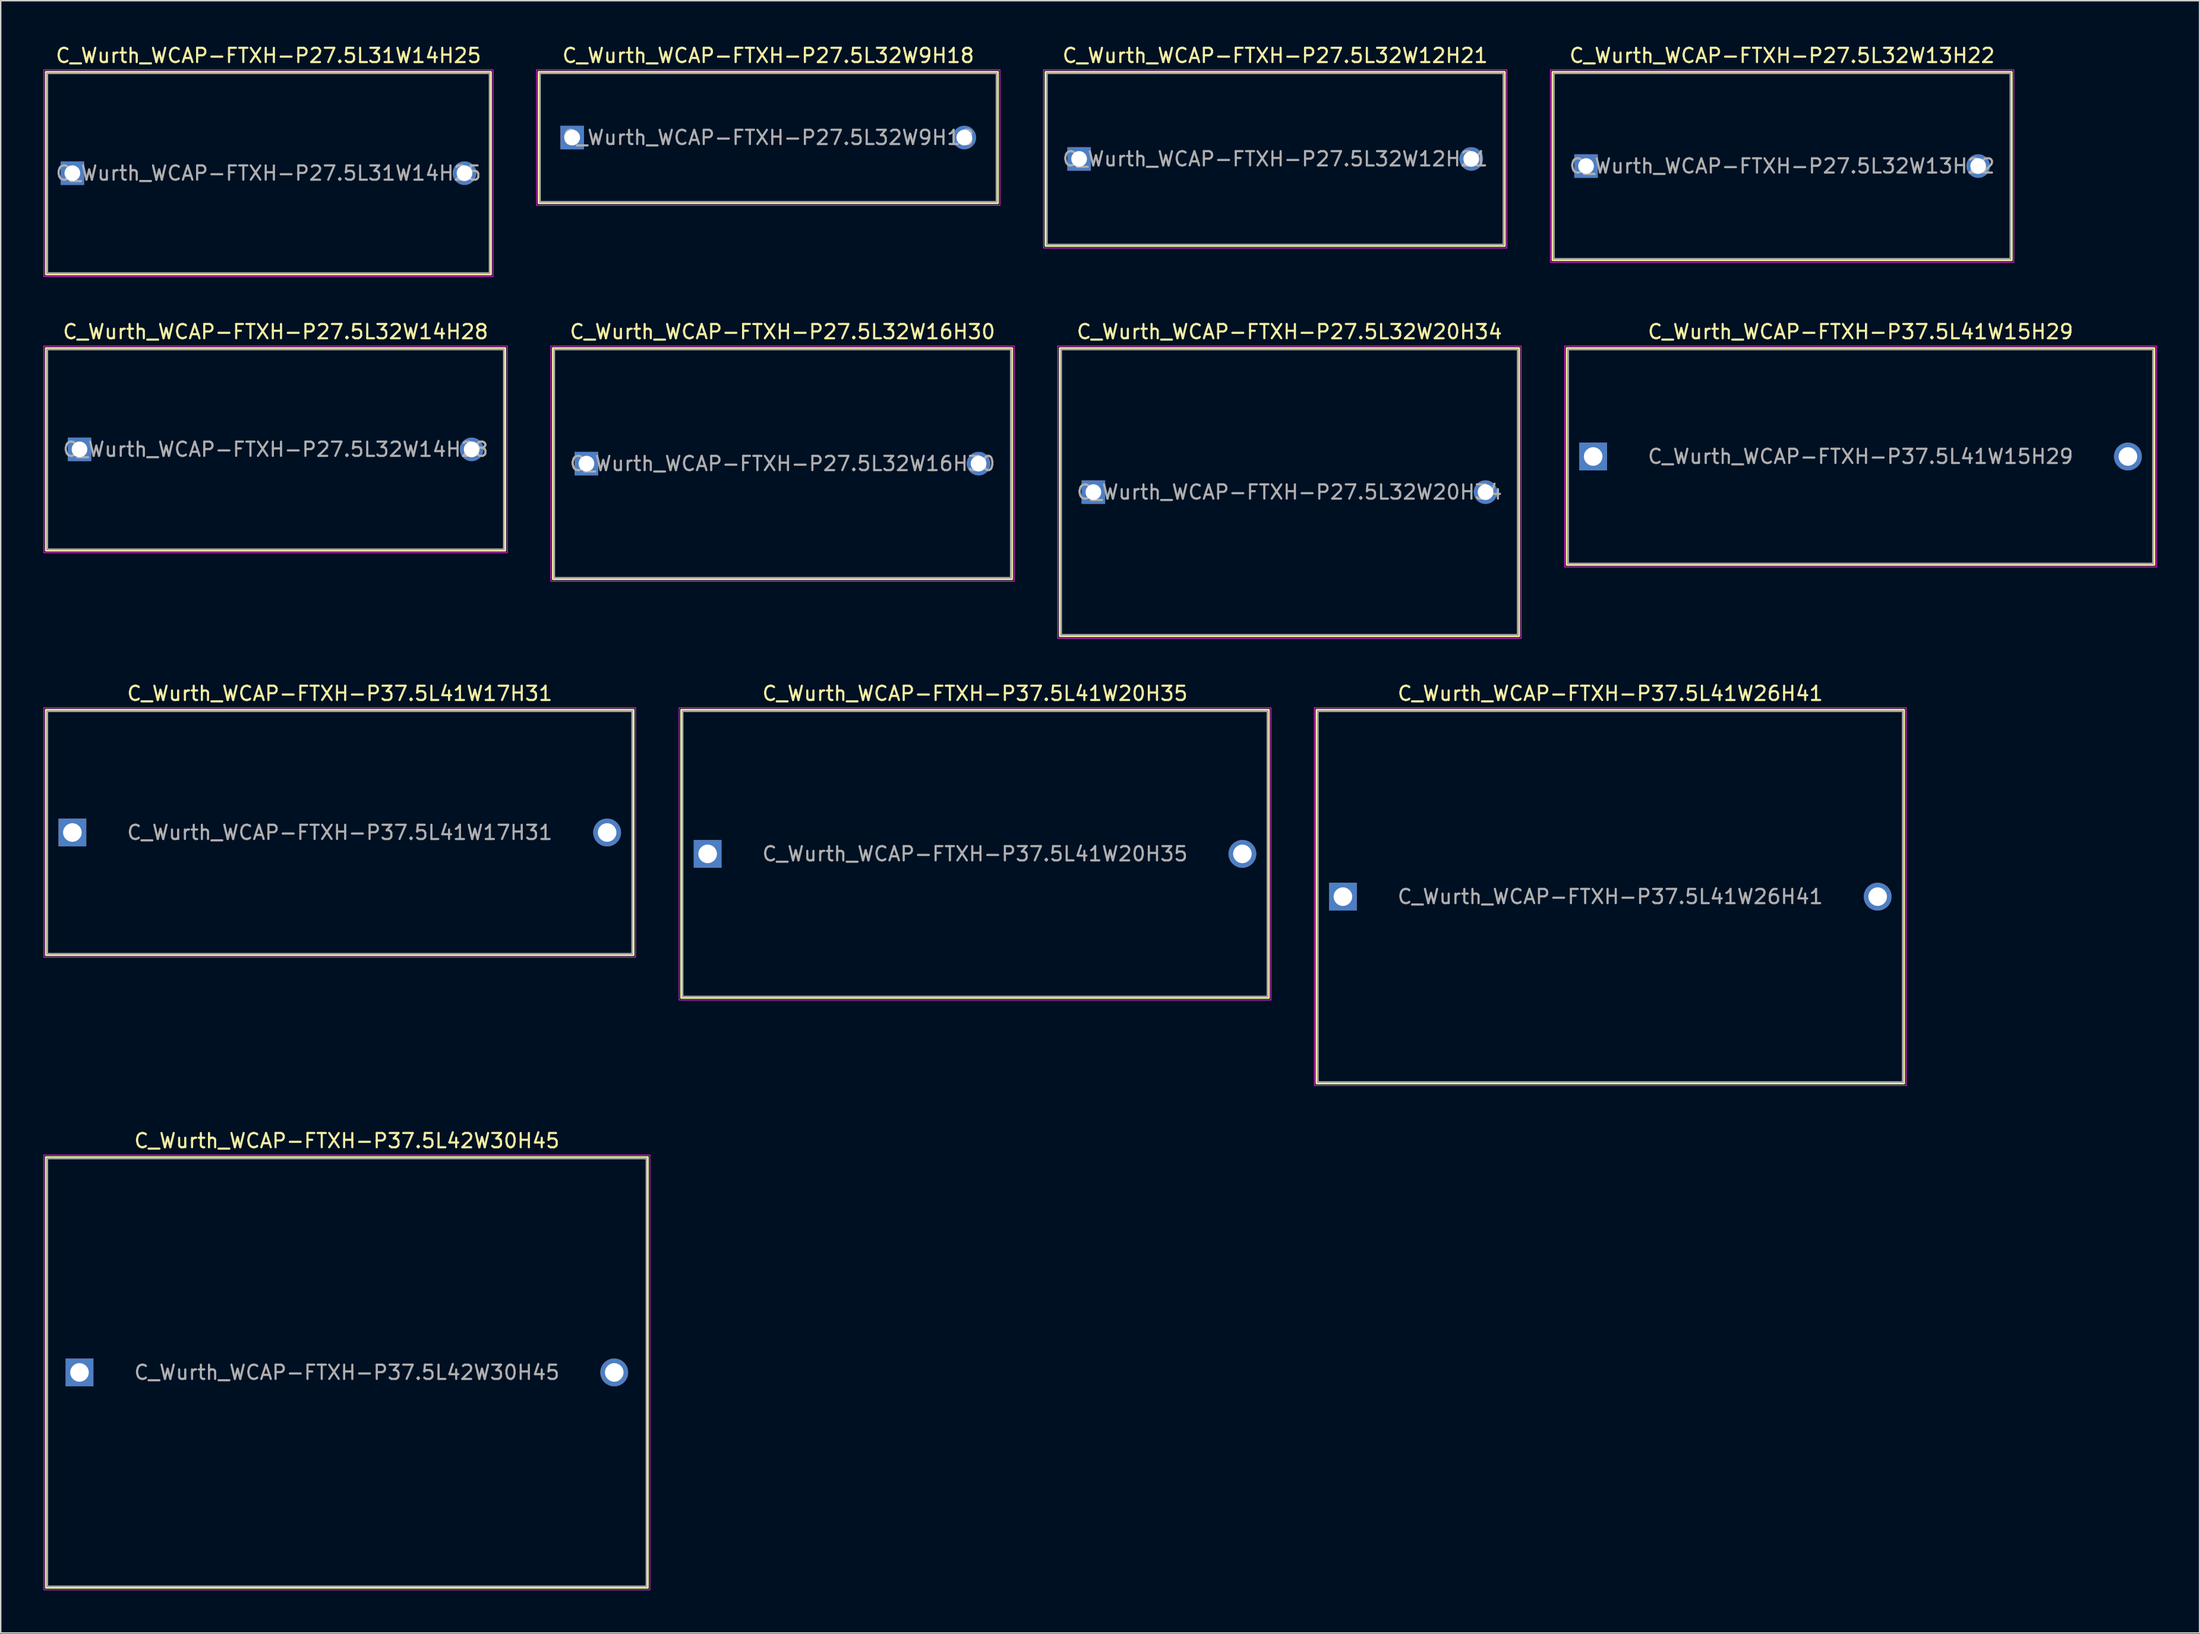
<source format=kicad_pcb>
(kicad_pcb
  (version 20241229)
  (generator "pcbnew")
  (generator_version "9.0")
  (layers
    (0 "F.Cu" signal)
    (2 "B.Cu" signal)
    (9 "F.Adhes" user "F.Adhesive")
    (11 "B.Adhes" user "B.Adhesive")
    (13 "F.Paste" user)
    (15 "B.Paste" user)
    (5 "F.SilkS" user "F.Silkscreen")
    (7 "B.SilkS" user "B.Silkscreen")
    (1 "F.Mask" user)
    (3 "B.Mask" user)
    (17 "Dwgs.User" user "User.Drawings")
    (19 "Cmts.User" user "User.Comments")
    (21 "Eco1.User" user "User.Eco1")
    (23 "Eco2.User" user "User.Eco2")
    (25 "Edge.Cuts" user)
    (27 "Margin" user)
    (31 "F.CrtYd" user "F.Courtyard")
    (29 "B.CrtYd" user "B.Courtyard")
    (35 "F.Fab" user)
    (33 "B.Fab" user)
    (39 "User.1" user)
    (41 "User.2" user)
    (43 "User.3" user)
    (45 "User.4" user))
  (footprint "C_Wurth_WCAP-FTXH-P37.5L42W30H45"
    (layer "F.Cu")
    (at 2.525 93.218)
    (property "Reference" "C_Wurth_WCAP-FTXH-P37.5L42W30H45" (at 18.75 -16.25 0) (unlocked yes) (layer "F.SilkS") (effects (font (size 1 1) (thickness 0.15))))
    (attr through_hole)
    (fp_rect (start -2.36 -15.11) (end 39.86 15.11) (stroke (width 0.12) (type solid)) (fill no) (layer "F.SilkS"))
    (fp_rect (start -2.5 -15.25) (end 40 15.25) (stroke (width 0.05) (type solid)) (fill no) (layer "F.CrtYd"))
    (fp_rect (start -2.25 -15) (end 39.75 15) (stroke (width 0.1) (type solid)) (fill no) (layer "F.Fab"))
    (fp_text user "${REFERENCE}" (at 18.75 0 0) (unlocked yes) (layer "F.Fab") (effects (font (size 1 1) (thickness 0.15))))
    (pad "1" thru_hole rect (at 0 0) (size 1.95 1.95) (drill 1.3) (layers "*.Cu" "*.Mask"))
    (pad "2" thru_hole circle (at 37.5 0) (size 1.95 1.95) (drill 1.3) (layers "*.Cu" "*.Mask")))
  (footprint "C_Wurth_WCAP-FTXH-P27.5L31W14H25"
    (layer "F.Cu")
    (at 2.025 9.098)
    (property "Reference" "C_Wurth_WCAP-FTXH-P27.5L31W14H25" (at 13.75 -8.25 0) (unlocked yes) (layer "F.SilkS") (effects (font (size 1 1) (thickness 0.15))))
    (attr through_hole)
    (fp_rect (start -1.86 -7.11) (end 29.36 7.11) (stroke (width 0.12) (type solid)) (fill no) (layer "F.SilkS"))
    (fp_rect (start -2 -7.25) (end 29.5 7.25) (stroke (width 0.05) (type solid)) (fill no) (layer "F.CrtYd"))
    (fp_rect (start -1.75 -7) (end 29.25 7) (stroke (width 0.1) (type solid)) (fill no) (layer "F.Fab"))
    (fp_text user "${REFERENCE}" (at 13.75 0 0) (unlocked yes) (layer "F.Fab") (effects (font (size 1 1) (thickness 0.15))))
    (pad "1" thru_hole rect (at 0 0) (size 1.65 1.65) (drill 1.1) (layers "*.Cu" "*.Mask"))
    (pad "2" thru_hole circle (at 27.5 0) (size 1.65 1.65) (drill 1.1) (layers "*.Cu" "*.Mask")))
  (footprint "C_Wurth_WCAP-FTXH-P27.5L32W13H22"
    (layer "F.Cu")
    (at 108.175 8.598)
    (property "Reference" "C_Wurth_WCAP-FTXH-P27.5L32W13H22" (at 13.75 -7.75 0) (unlocked yes) (layer "F.SilkS") (effects (font (size 1 1) (thickness 0.15))))
    (attr through_hole)
    (fp_rect (start -2.36 -6.61) (end 29.86 6.61) (stroke (width 0.12) (type solid)) (fill no) (layer "F.SilkS"))
    (fp_rect (start -2.5 -6.75) (end 30 6.75) (stroke (width 0.05) (type solid)) (fill no) (layer "F.CrtYd"))
    (fp_rect (start -2.25 -6.5) (end 29.75 6.5) (stroke (width 0.1) (type solid)) (fill no) (layer "F.Fab"))
    (fp_text user "${REFERENCE}" (at 13.75 0 0) (unlocked yes) (layer "F.Fab") (effects (font (size 1 1) (thickness 0.15))))
    (pad "1" thru_hole rect (at 0 0) (size 1.65 1.65) (drill 1.1) (layers "*.Cu" "*.Mask"))
    (pad "2" thru_hole circle (at 27.5 0) (size 1.65 1.65) (drill 1.1) (layers "*.Cu" "*.Mask")))
  (footprint "C_Wurth_WCAP-FTXH-P37.5L41W17H31"
    (layer "F.Cu")
    (at 2.025 55.345)
    (property "Reference" "C_Wurth_WCAP-FTXH-P37.5L41W17H31" (at 18.75 -9.75 0) (unlocked yes) (layer "F.SilkS") (effects (font (size 1 1) (thickness 0.15))))
    (attr through_hole)
    (fp_rect (start -1.86 -8.61) (end 39.36 8.61) (stroke (width 0.12) (type solid)) (fill no) (layer "F.SilkS"))
    (fp_rect (start -2 -8.75) (end 39.5 8.75) (stroke (width 0.05) (type solid)) (fill no) (layer "F.CrtYd"))
    (fp_rect (start -1.75 -8.5) (end 39.25 8.5) (stroke (width 0.1) (type solid)) (fill no) (layer "F.Fab"))
    (fp_text user "${REFERENCE}" (at 18.75 0 0) (unlocked yes) (layer "F.Fab") (effects (font (size 1 1) (thickness 0.15))))
    (pad "1" thru_hole rect (at 0 0) (size 1.95 1.95) (drill 1.3) (layers "*.Cu" "*.Mask"))
    (pad "2" thru_hole circle (at 37.5 0) (size 1.95 1.95) (drill 1.3) (layers "*.Cu" "*.Mask")))
  (footprint "C_Wurth_WCAP-FTXH-P27.5L32W20H34"
    (layer "F.Cu")
    (at 73.625 31.471)
    (property "Reference" "C_Wurth_WCAP-FTXH-P27.5L32W20H34" (at 13.75 -11.25 0) (unlocked yes) (layer "F.SilkS") (effects (font (size 1 1) (thickness 0.15))))
    (attr through_hole)
    (fp_rect (start -2.36 -10.11) (end 29.86 10.11) (stroke (width 0.12) (type solid)) (fill no) (layer "F.SilkS"))
    (fp_rect (start -2.5 -10.25) (end 30 10.25) (stroke (width 0.05) (type solid)) (fill no) (layer "F.CrtYd"))
    (fp_rect (start -2.25 -10) (end 29.75 10) (stroke (width 0.1) (type solid)) (fill no) (layer "F.Fab"))
    (fp_text user "${REFERENCE}" (at 13.75 0 0) (unlocked yes) (layer "F.Fab") (effects (font (size 1 1) (thickness 0.15))))
    (pad "1" thru_hole rect (at 0 0) (size 1.65 1.65) (drill 1.1) (layers "*.Cu" "*.Mask"))
    (pad "2" thru_hole circle (at 27.5 0) (size 1.65 1.65) (drill 1.1) (layers "*.Cu" "*.Mask")))
  (footprint "C_Wurth_WCAP-FTXH-P27.5L32W9H18"
    (layer "F.Cu")
    (at 37.075 6.598)
    (property "Reference" "C_Wurth_WCAP-FTXH-P27.5L32W9H18" (at 13.75 -5.75 0) (unlocked yes) (layer "F.SilkS") (effects (font (size 1 1) (thickness 0.15))))
    (attr through_hole)
    (fp_rect (start -2.36 -4.61) (end 29.86 4.61) (stroke (width 0.12) (type solid)) (fill no) (layer "F.SilkS"))
    (fp_rect (start -2.5 -4.75) (end 30 4.75) (stroke (width 0.05) (type solid)) (fill no) (layer "F.CrtYd"))
    (fp_rect (start -2.25 -4.5) (end 29.75 4.5) (stroke (width 0.1) (type solid)) (fill no) (layer "F.Fab"))
    (fp_text user "${REFERENCE}" (at 13.75 0 0) (unlocked yes) (layer "F.Fab") (effects (font (size 1 1) (thickness 0.15))))
    (pad "1" thru_hole rect (at 0 0) (size 1.65 1.65) (drill 1.1) (layers "*.Cu" "*.Mask"))
    (pad "2" thru_hole circle (at 27.5 0) (size 1.65 1.65) (drill 1.1) (layers "*.Cu" "*.Mask")))
  (footprint "C_Wurth_WCAP-FTXH-P37.5L41W26H41"
    (layer "F.Cu")
    (at 91.125 59.845)
    (property "Reference" "C_Wurth_WCAP-FTXH-P37.5L41W26H41" (at 18.75 -14.25 0) (unlocked yes) (layer "F.SilkS") (effects (font (size 1 1) (thickness 0.15))))
    (attr through_hole)
    (fp_rect (start -1.86 -13.11) (end 39.36 13.11) (stroke (width 0.12) (type solid)) (fill no) (layer "F.SilkS"))
    (fp_rect (start -2 -13.25) (end 39.5 13.25) (stroke (width 0.05) (type solid)) (fill no) (layer "F.CrtYd"))
    (fp_rect (start -1.75 -13) (end 39.25 13) (stroke (width 0.1) (type solid)) (fill no) (layer "F.Fab"))
    (fp_text user "${REFERENCE}" (at 18.75 0 0) (unlocked yes) (layer "F.Fab") (effects (font (size 1 1) (thickness 0.15))))
    (pad "1" thru_hole rect (at 0 0) (size 1.95 1.95) (drill 1.3) (layers "*.Cu" "*.Mask"))
    (pad "2" thru_hole circle (at 37.5 0) (size 1.95 1.95) (drill 1.3) (layers "*.Cu" "*.Mask")))
  (footprint "C_Wurth_WCAP-FTXH-P27.5L32W14H28"
    (layer "F.Cu")
    (at 2.525 28.471)
    (property "Reference" "C_Wurth_WCAP-FTXH-P27.5L32W14H28" (at 13.75 -8.25 0) (unlocked yes) (layer "F.SilkS") (effects (font (size 1 1) (thickness 0.15))))
    (attr through_hole)
    (fp_rect (start -2.36 -7.11) (end 29.86 7.11) (stroke (width 0.12) (type solid)) (fill no) (layer "F.SilkS"))
    (fp_rect (start -2.5 -7.25) (end 30 7.25) (stroke (width 0.05) (type solid)) (fill no) (layer "F.CrtYd"))
    (fp_rect (start -2.25 -7) (end 29.75 7) (stroke (width 0.1) (type solid)) (fill no) (layer "F.Fab"))
    (fp_text user "${REFERENCE}" (at 13.75 0 0) (unlocked yes) (layer "F.Fab") (effects (font (size 1 1) (thickness 0.15))))
    (pad "1" thru_hole rect (at 0 0) (size 1.65 1.65) (drill 1.1) (layers "*.Cu" "*.Mask"))
    (pad "2" thru_hole circle (at 27.5 0) (size 1.65 1.65) (drill 1.1) (layers "*.Cu" "*.Mask")))
  (footprint "C_Wurth_WCAP-FTXH-P27.5L32W12H21"
    (layer "F.Cu")
    (at 72.625 8.098)
    (property "Reference" "C_Wurth_WCAP-FTXH-P27.5L32W12H21" (at 13.75 -7.25 0) (unlocked yes) (layer "F.SilkS") (effects (font (size 1 1) (thickness 0.15))))
    (attr through_hole)
    (fp_rect (start -2.36 -6.11) (end 29.86 6.11) (stroke (width 0.12) (type solid)) (fill no) (layer "F.SilkS"))
    (fp_rect (start -2.5 -6.25) (end 30 6.25) (stroke (width 0.05) (type solid)) (fill no) (layer "F.CrtYd"))
    (fp_rect (start -2.25 -6) (end 29.75 6) (stroke (width 0.1) (type solid)) (fill no) (layer "F.Fab"))
    (fp_text user "${REFERENCE}" (at 13.75 0 0) (unlocked yes) (layer "F.Fab") (effects (font (size 1 1) (thickness 0.15))))
    (pad "1" thru_hole rect (at 0 0) (size 1.65 1.65) (drill 1.1) (layers "*.Cu" "*.Mask"))
    (pad "2" thru_hole circle (at 27.5 0) (size 1.65 1.65) (drill 1.1) (layers "*.Cu" "*.Mask")))
  (footprint "C_Wurth_WCAP-FTXH-P27.5L32W16H30"
    (layer "F.Cu")
    (at 38.075 29.471)
    (property "Reference" "C_Wurth_WCAP-FTXH-P27.5L32W16H30" (at 13.75 -9.25 0) (unlocked yes) (layer "F.SilkS") (effects (font (size 1 1) (thickness 0.15))))
    (attr through_hole)
    (fp_rect (start -2.36 -8.11) (end 29.86 8.11) (stroke (width 0.12) (type solid)) (fill no) (layer "F.SilkS"))
    (fp_rect (start -2.5 -8.25) (end 30 8.25) (stroke (width 0.05) (type solid)) (fill no) (layer "F.CrtYd"))
    (fp_rect (start -2.25 -8) (end 29.75 8) (stroke (width 0.1) (type solid)) (fill no) (layer "F.Fab"))
    (fp_text user "${REFERENCE}" (at 13.75 0 0) (unlocked yes) (layer "F.Fab") (effects (font (size 1 1) (thickness 0.15))))
    (pad "1" thru_hole rect (at 0 0) (size 1.65 1.65) (drill 1.1) (layers "*.Cu" "*.Mask"))
    (pad "2" thru_hole circle (at 27.5 0) (size 1.65 1.65) (drill 1.1) (layers "*.Cu" "*.Mask")))
  (footprint "C_Wurth_WCAP-FTXH-P37.5L41W15H29"
    (layer "F.Cu")
    (at 108.675 28.971)
    (property "Reference" "C_Wurth_WCAP-FTXH-P37.5L41W15H29" (at 18.75 -8.75 0) (unlocked yes) (layer "F.SilkS") (effects (font (size 1 1) (thickness 0.15))))
    (attr through_hole)
    (fp_rect (start -1.86 -7.61) (end 39.36 7.61) (stroke (width 0.12) (type solid)) (fill no) (layer "F.SilkS"))
    (fp_rect (start -2 -7.75) (end 39.5 7.75) (stroke (width 0.05) (type solid)) (fill no) (layer "F.CrtYd"))
    (fp_rect (start -1.75 -7.5) (end 39.25 7.5) (stroke (width 0.1) (type solid)) (fill no) (layer "F.Fab"))
    (fp_text user "${REFERENCE}" (at 18.75 0 0) (unlocked yes) (layer "F.Fab") (effects (font (size 1 1) (thickness 0.15))))
    (pad "1" thru_hole rect (at 0 0) (size 1.95 1.95) (drill 1.3) (layers "*.Cu" "*.Mask"))
    (pad "2" thru_hole circle (at 37.5 0) (size 1.95 1.95) (drill 1.3) (layers "*.Cu" "*.Mask")))
  (footprint "C_Wurth_WCAP-FTXH-P37.5L41W20H35"
    (layer "F.Cu")
    (at 46.575 56.845)
    (property "Reference" "C_Wurth_WCAP-FTXH-P37.5L41W20H35" (at 18.75 -11.25 0) (unlocked yes) (layer "F.SilkS") (effects (font (size 1 1) (thickness 0.15))))
    (attr through_hole)
    (fp_rect (start -1.86 -10.11) (end 39.36 10.11) (stroke (width 0.12) (type solid)) (fill no) (layer "F.SilkS"))
    (fp_rect (start -2 -10.25) (end 39.5 10.25) (stroke (width 0.05) (type solid)) (fill no) (layer "F.CrtYd"))
    (fp_rect (start -1.75 -10) (end 39.25 10) (stroke (width 0.1) (type solid)) (fill no) (layer "F.Fab"))
    (fp_text user "${REFERENCE}" (at 18.75 0 0) (unlocked yes) (layer "F.Fab") (effects (font (size 1 1) (thickness 0.15))))
    (pad "1" thru_hole rect (at 0 0) (size 1.95 1.95) (drill 1.3) (layers "*.Cu" "*.Mask"))
    (pad "2" thru_hole circle (at 37.5 0) (size 1.95 1.95) (drill 1.3) (layers "*.Cu" "*.Mask")))
  (gr_rect
    (start -3 -3)
    (end 151.2 111.493)
    (stroke (width 0.1) (type default))
    (fill no)
    (layer "Edge.Cuts")))
</source>
